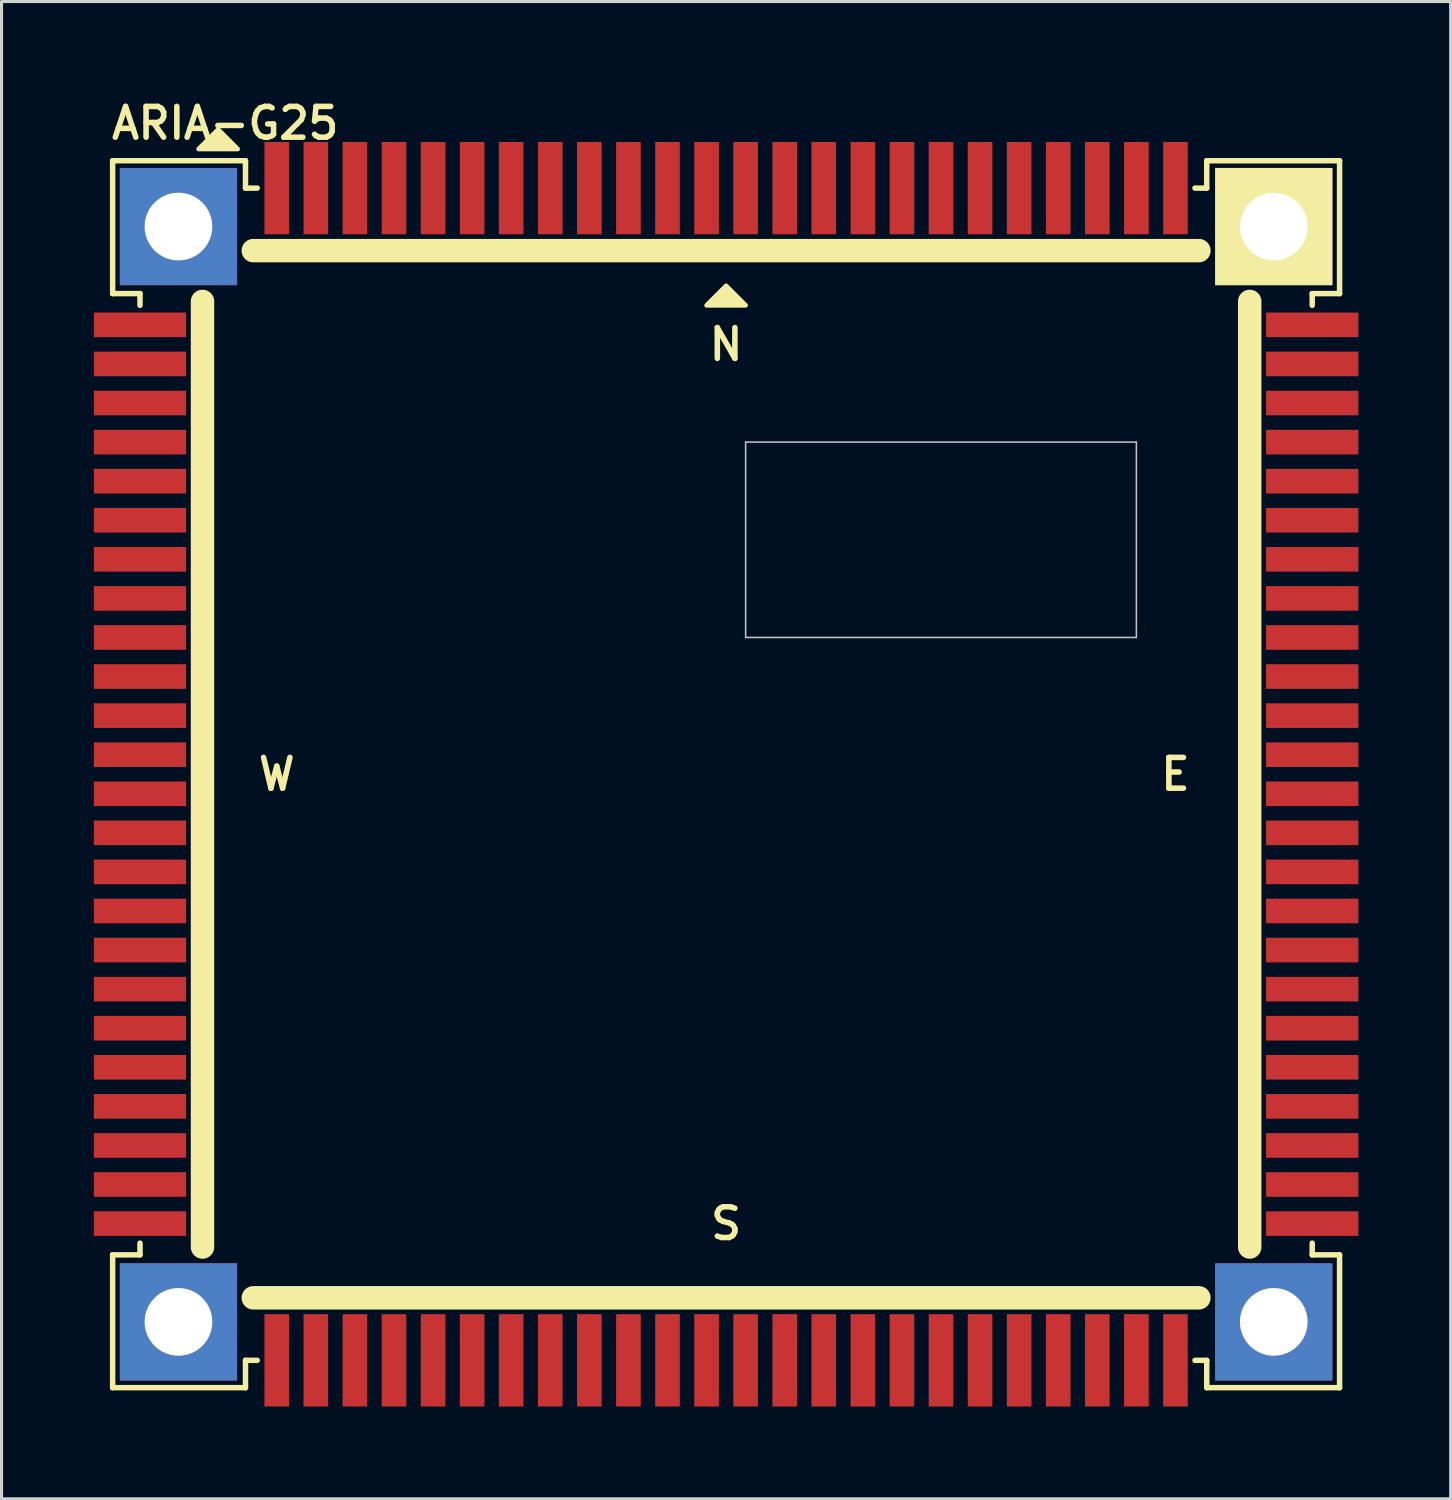
<source format=kicad_pcb>
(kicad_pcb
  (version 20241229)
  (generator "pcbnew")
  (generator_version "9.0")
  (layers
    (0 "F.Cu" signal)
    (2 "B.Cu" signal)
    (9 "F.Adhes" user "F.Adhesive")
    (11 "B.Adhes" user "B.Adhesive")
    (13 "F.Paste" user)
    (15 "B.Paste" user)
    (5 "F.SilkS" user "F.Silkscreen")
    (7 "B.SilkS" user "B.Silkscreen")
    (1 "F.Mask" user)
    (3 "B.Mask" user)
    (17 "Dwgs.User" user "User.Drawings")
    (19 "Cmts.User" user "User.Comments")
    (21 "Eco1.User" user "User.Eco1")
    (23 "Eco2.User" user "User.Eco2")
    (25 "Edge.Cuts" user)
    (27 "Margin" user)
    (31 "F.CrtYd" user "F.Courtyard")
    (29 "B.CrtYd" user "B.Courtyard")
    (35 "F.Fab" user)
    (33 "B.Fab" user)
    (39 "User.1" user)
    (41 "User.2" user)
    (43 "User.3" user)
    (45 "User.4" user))
  (footprint "ARIA-G25"
    (layer "F.Cu")
    (at 20.55 22.114)
    (property "Reference" "ARIA-G25" (at -20.066 -20.574 0) (layer "F.SilkS") (effects (font (size 1 1) (thickness 0.18)) (justify left bottom)))
    (attr through_hole)
    (fp_line (start -19.939 -19.939) (end -15.621 -19.939) (stroke (width 0.178) (type solid)) (layer "F.SilkS"))
    (fp_line (start -19.939 -15.621) (end -19.939 -19.939) (stroke (width 0.178) (type solid)) (layer "F.SilkS"))
    (fp_line (start -19.939 -15.621) (end -19.05 -15.621) (stroke (width 0.178) (type solid)) (layer "F.SilkS"))
    (fp_line (start -19.939 15.621) (end -19.05 15.621) (stroke (width 0.178) (type solid)) (layer "F.SilkS"))
    (fp_line (start -19.939 19.939) (end -19.939 15.621) (stroke (width 0.178) (type solid)) (layer "F.SilkS"))
    (fp_line (start -19.05 -15.621) (end -19.05 -15.24) (stroke (width 0.178) (type solid)) (layer "F.SilkS"))
    (fp_line (start -19.05 15.621) (end -19.05 15.24) (stroke (width 0.178) (type solid)) (layer "F.SilkS"))
    (fp_line (start -17.018 15.367) (end -17.018 -15.367) (stroke (width 0.762) (type solid)) (layer "F.SilkS"))
    (fp_line (start -15.621 -19.939) (end -15.621 -19.05) (stroke (width 0.178) (type solid)) (layer "F.SilkS"))
    (fp_line (start -15.621 -19.05) (end -15.24 -19.05) (stroke (width 0.178) (type solid)) (layer "F.SilkS"))
    (fp_line (start -15.621 19.05) (end -15.24 19.05) (stroke (width 0.178) (type solid)) (layer "F.SilkS"))
    (fp_line (start -15.621 19.939) (end -19.939 19.939) (stroke (width 0.178) (type solid)) (layer "F.SilkS"))
    (fp_line (start -15.621 19.939) (end -15.621 19.05) (stroke (width 0.178) (type solid)) (layer "F.SilkS"))
    (fp_line (start -15.367 -17.018) (end 15.367 -17.018) (stroke (width 0.762) (type solid)) (layer "F.SilkS"))
    (fp_line (start 15.367 17.018) (end -15.367 17.018) (stroke (width 0.762) (type solid)) (layer "F.SilkS"))
    (fp_line (start 15.621 -19.939) (end 15.621 -19.05) (stroke (width 0.178) (type solid)) (layer "F.SilkS"))
    (fp_line (start 15.621 -19.939) (end 19.939 -19.939) (stroke (width 0.178) (type solid)) (layer "F.SilkS"))
    (fp_line (start 15.621 -19.05) (end 15.24 -19.05) (stroke (width 0.178) (type solid)) (layer "F.SilkS"))
    (fp_line (start 15.621 19.05) (end 15.24 19.05) (stroke (width 0.178) (type solid)) (layer "F.SilkS"))
    (fp_line (start 15.621 19.939) (end 15.621 19.05) (stroke (width 0.178) (type solid)) (layer "F.SilkS"))
    (fp_line (start 17.018 -15.367) (end 17.018 15.367) (stroke (width 0.762) (type solid)) (layer "F.SilkS"))
    (fp_line (start 19.05 -15.621) (end 19.05 -15.24) (stroke (width 0.178) (type solid)) (layer "F.SilkS"))
    (fp_line (start 19.05 15.621) (end 19.05 15.24) (stroke (width 0.178) (type solid)) (layer "F.SilkS"))
    (fp_line (start 19.939 -19.939) (end 19.939 -15.621) (stroke (width 0.178) (type solid)) (layer "F.SilkS"))
    (fp_line (start 19.939 -15.621) (end 19.05 -15.621) (stroke (width 0.178) (type solid)) (layer "F.SilkS"))
    (fp_line (start 19.939 15.621) (end 19.05 15.621) (stroke (width 0.178) (type solid)) (layer "F.SilkS"))
    (fp_line (start 19.939 15.621) (end 19.939 19.939) (stroke (width 0.178) (type solid)) (layer "F.SilkS"))
    (fp_line (start 19.939 19.939) (end 15.621 19.939) (stroke (width 0.178) (type solid)) (layer "F.SilkS"))
    (fp_poly (pts (xy -17.145 -20.32) (xy -15.875 -20.32) (xy -16.51 -20.955)) (stroke (width 0.15) (type solid)) (fill yes) (layer "F.SilkS"))
    (fp_poly (pts (xy -0.635 -15.24) (xy 0.635 -15.24) (xy 0 -15.875)) (stroke (width 0.15) (type solid)) (fill yes) (layer "F.SilkS"))
    (fp_line (start 0.635 -10.795) (end 13.335 -10.795) (stroke (width 0.05) (type solid)) (layer "Dwgs.User"))
    (fp_line (start 0.635 -4.445) (end 0.635 -10.795) (stroke (width 0.05) (type solid)) (layer "Dwgs.User"))
    (fp_line (start 13.335 -10.795) (end 13.335 -4.445) (stroke (width 0.05) (type solid)) (layer "Dwgs.User"))
    (fp_line (start 13.335 -4.445) (end 0.635 -4.445) (stroke (width 0.05) (type solid)) (layer "Dwgs.User"))
    (fp_text user "S" (at 0 14.605 0) (layer "F.SilkS") (effects (font (size 1 1) (thickness 0.18))))
    (fp_text user "E" (at 14.605 0 0) (layer "F.SilkS") (effects (font (size 1 1) (thickness 0.18))))
    (fp_text user "N" (at 0 -13.97 0) (layer "F.SilkS") (effects (font (size 1 1) (thickness 0.18))))
    (fp_text user "W" (at -14.605 0 0) (layer "F.SilkS") (effects (font (size 1 1) (thickness 0.18))))
    (pad "E1" smd rect (at 19.05 -14.605) (size 3 0.8) (layers "F.Cu" "F.Mask" "F.Paste"))
    (pad "E2" smd rect (at 19.05 -13.335) (size 3 0.8) (layers "F.Cu" "F.Mask" "F.Paste"))
    (pad "E3" smd rect (at 19.05 -12.065) (size 3 0.8) (layers "F.Cu" "F.Mask" "F.Paste"))
    (pad "E4" smd rect (at 19.05 -10.795) (size 3 0.8) (layers "F.Cu" "F.Mask" "F.Paste"))
    (pad "E5" smd rect (at 19.05 -9.525) (size 3 0.8) (layers "F.Cu" "F.Mask" "F.Paste"))
    (pad "E6" smd rect (at 19.05 -8.255) (size 3 0.8) (layers "F.Cu" "F.Mask" "F.Paste"))
    (pad "E7" smd rect (at 19.05 -6.985) (size 3 0.8) (layers "F.Cu" "F.Mask" "F.Paste"))
    (pad "E8" smd rect (at 19.05 -5.715) (size 3 0.8) (layers "F.Cu" "F.Mask" "F.Paste"))
    (pad "E9" smd rect (at 19.05 -4.445) (size 3 0.8) (layers "F.Cu" "F.Mask" "F.Paste"))
    (pad "E10" smd rect (at 19.05 -3.175) (size 3 0.8) (layers "F.Cu" "F.Mask" "F.Paste"))
    (pad "E11" smd rect (at 19.05 -1.905) (size 3 0.8) (layers "F.Cu" "F.Mask" "F.Paste"))
    (pad "E12" smd rect (at 19.05 -0.635) (size 3 0.8) (layers "F.Cu" "F.Mask" "F.Paste"))
    (pad "E13" smd rect (at 19.05 0.635) (size 3 0.8) (layers "F.Cu" "F.Mask" "F.Paste"))
    (pad "E14" smd rect (at 19.05 1.905) (size 3 0.8) (layers "F.Cu" "F.Mask" "F.Paste"))
    (pad "E15" smd rect (at 19.05 3.175) (size 3 0.8) (layers "F.Cu" "F.Mask" "F.Paste"))
    (pad "E16" smd rect (at 19.05 4.445) (size 3 0.8) (layers "F.Cu" "F.Mask" "F.Paste"))
    (pad "E17" smd rect (at 19.05 5.715) (size 3 0.8) (layers "F.Cu" "F.Mask" "F.Paste"))
    (pad "E18" smd rect (at 19.05 6.985) (size 3 0.8) (layers "F.Cu" "F.Mask" "F.Paste"))
    (pad "E19" smd rect (at 19.05 8.255) (size 3 0.8) (layers "F.Cu" "F.Mask" "F.Paste"))
    (pad "E20" smd rect (at 19.05 9.525) (size 3 0.8) (layers "F.Cu" "F.Mask" "F.Paste"))
    (pad "E21" smd rect (at 19.05 10.795) (size 3 0.8) (layers "F.Cu" "F.Mask" "F.Paste"))
    (pad "E22" smd rect (at 19.05 12.065) (size 3 0.8) (layers "F.Cu" "F.Mask" "F.Paste"))
    (pad "E23" smd rect (at 19.05 13.335) (size 3 0.8) (layers "F.Cu" "F.Mask" "F.Paste"))
    (pad "E24" smd rect (at 19.05 14.605) (size 3 0.8) (layers "F.Cu" "F.Mask" "F.Paste"))
    (pad "GND" thru_hole rect (at -17.8 -17.8) (size 3.81 3.81) (drill 2.2) (layers "*.Cu" "*.Mask"))
    (pad "GND" thru_hole rect (at -17.8 17.8) (size 3.81 3.81) (drill 2.2) (layers "*.Cu" "*.Mask"))
    (pad "GND" thru_hole rect (at 17.8 -17.8) (size 3.81 3.81) (drill 2.2) (layers "*.Cu" "*.Mask" "F.SilkS"))
    (pad "GND" thru_hole rect (at 17.8 17.8) (size 3.81 3.81) (drill 2.2) (layers "*.Cu" "*.Mask"))
    (pad "N1" smd rect (at -14.605 -19.05 270) (size 3 0.8) (layers "F.Cu" "F.Mask" "F.Paste"))
    (pad "N2" smd rect (at -13.335 -19.05 270) (size 3 0.8) (layers "F.Cu" "F.Mask" "F.Paste"))
    (pad "N3" smd rect (at -12.065 -19.05 270) (size 3 0.8) (layers "F.Cu" "F.Mask" "F.Paste"))
    (pad "N4" smd rect (at -10.795 -19.05 270) (size 3 0.8) (layers "F.Cu" "F.Mask" "F.Paste"))
    (pad "N5" smd rect (at -9.525 -19.05 270) (size 3 0.8) (layers "F.Cu" "F.Mask" "F.Paste"))
    (pad "N6" smd rect (at -8.255 -19.05 270) (size 3 0.8) (layers "F.Cu" "F.Mask" "F.Paste"))
    (pad "N7" smd rect (at -6.985 -19.05 270) (size 3 0.8) (layers "F.Cu" "F.Mask" "F.Paste"))
    (pad "N8" smd rect (at -5.715 -19.05 270) (size 3 0.8) (layers "F.Cu" "F.Mask" "F.Paste"))
    (pad "N9" smd rect (at -4.445 -19.05 270) (size 3 0.8) (layers "F.Cu" "F.Mask" "F.Paste"))
    (pad "N10" smd rect (at -3.175 -19.05 270) (size 3 0.8) (layers "F.Cu" "F.Mask" "F.Paste"))
    (pad "N11" smd rect (at -1.905 -19.05 270) (size 3 0.8) (layers "F.Cu" "F.Mask" "F.Paste"))
    (pad "N12" smd rect (at -0.635 -19.05 270) (size 3 0.8) (layers "F.Cu" "F.Mask" "F.Paste"))
    (pad "N13" smd rect (at 0.635 -19.05 270) (size 3 0.8) (layers "F.Cu" "F.Mask" "F.Paste"))
    (pad "N14" smd rect (at 1.905 -19.05 270) (size 3 0.8) (layers "F.Cu" "F.Mask" "F.Paste"))
    (pad "N15" smd rect (at 3.175 -19.05 270) (size 3 0.8) (layers "F.Cu" "F.Mask" "F.Paste"))
    (pad "N16" smd rect (at 4.445 -19.05 270) (size 3 0.8) (layers "F.Cu" "F.Mask" "F.Paste"))
    (pad "N17" smd rect (at 5.715 -19.05 270) (size 3 0.8) (layers "F.Cu" "F.Mask" "F.Paste"))
    (pad "N18" smd rect (at 6.985 -19.05 270) (size 3 0.8) (layers "F.Cu" "F.Mask" "F.Paste"))
    (pad "N19" smd rect (at 8.255 -19.05 270) (size 3 0.8) (layers "F.Cu" "F.Mask" "F.Paste"))
    (pad "N20" smd rect (at 9.525 -19.05 270) (size 3 0.8) (layers "F.Cu" "F.Mask" "F.Paste"))
    (pad "N21" smd rect (at 10.795 -19.05 270) (size 3 0.8) (layers "F.Cu" "F.Mask" "F.Paste"))
    (pad "N22" smd rect (at 12.065 -19.05 270) (size 3 0.8) (layers "F.Cu" "F.Mask" "F.Paste"))
    (pad "N23" smd rect (at 13.335 -19.05 270) (size 3 0.8) (layers "F.Cu" "F.Mask" "F.Paste"))
    (pad "N24" smd rect (at 14.605 -19.05 270) (size 3 0.8) (layers "F.Cu" "F.Mask" "F.Paste"))
    (pad "S1" smd rect (at 14.605 19.05 270) (size 3 0.8) (layers "F.Cu" "F.Mask" "F.Paste"))
    (pad "S2" smd rect (at 13.335 19.05 270) (size 3 0.8) (layers "F.Cu" "F.Mask" "F.Paste"))
    (pad "S3" smd rect (at 12.065 19.05 270) (size 3 0.8) (layers "F.Cu" "F.Mask" "F.Paste"))
    (pad "S4" smd rect (at 10.795 19.05 270) (size 3 0.8) (layers "F.Cu" "F.Mask" "F.Paste"))
    (pad "S5" smd rect (at 9.525 19.05 270) (size 3 0.8) (layers "F.Cu" "F.Mask" "F.Paste"))
    (pad "S6" smd rect (at 8.255 19.05 270) (size 3 0.8) (layers "F.Cu" "F.Mask" "F.Paste"))
    (pad "S7" smd rect (at 6.985 19.05 270) (size 3 0.8) (layers "F.Cu" "F.Mask" "F.Paste"))
    (pad "S8" smd rect (at 5.715 19.05 270) (size 3 0.8) (layers "F.Cu" "F.Mask" "F.Paste"))
    (pad "S9" smd rect (at 4.445 19.05 270) (size 3 0.8) (layers "F.Cu" "F.Mask" "F.Paste"))
    (pad "S10" smd rect (at 3.175 19.05 270) (size 3 0.8) (layers "F.Cu" "F.Mask" "F.Paste"))
    (pad "S11" smd rect (at 1.905 19.05 270) (size 3 0.8) (layers "F.Cu" "F.Mask" "F.Paste"))
    (pad "S12" smd rect (at 0.635 19.05 270) (size 3 0.8) (layers "F.Cu" "F.Mask" "F.Paste"))
    (pad "S13" smd rect (at -0.635 19.05 270) (size 3 0.8) (layers "F.Cu" "F.Mask" "F.Paste"))
    (pad "S14" smd rect (at -1.905 19.05 270) (size 3 0.8) (layers "F.Cu" "F.Mask" "F.Paste"))
    (pad "S15" smd rect (at -3.175 19.05 270) (size 3 0.8) (layers "F.Cu" "F.Mask" "F.Paste"))
    (pad "S16" smd rect (at -4.445 19.05 270) (size 3 0.8) (layers "F.Cu" "F.Mask" "F.Paste"))
    (pad "S17" smd rect (at -5.715 19.05 270) (size 3 0.8) (layers "F.Cu" "F.Mask" "F.Paste"))
    (pad "S18" smd rect (at -6.985 19.05 270) (size 3 0.8) (layers "F.Cu" "F.Mask" "F.Paste"))
    (pad "S19" smd rect (at -8.255 19.05 270) (size 3 0.8) (layers "F.Cu" "F.Mask" "F.Paste"))
    (pad "S20" smd rect (at -9.525 19.05 270) (size 3 0.8) (layers "F.Cu" "F.Mask" "F.Paste"))
    (pad "S21" smd rect (at -10.795 19.05 270) (size 3 0.8) (layers "F.Cu" "F.Mask" "F.Paste"))
    (pad "S22" smd rect (at -12.065 19.05 270) (size 3 0.8) (layers "F.Cu" "F.Mask" "F.Paste"))
    (pad "S23" smd rect (at -13.335 19.05 270) (size 3 0.8) (layers "F.Cu" "F.Mask" "F.Paste"))
    (pad "S24" smd rect (at -14.605 19.05 270) (size 3 0.8) (layers "F.Cu" "F.Mask" "F.Paste"))
    (pad "W1" smd rect (at -19.05 14.605) (size 3 0.8) (layers "F.Cu" "F.Mask" "F.Paste"))
    (pad "W2" smd rect (at -19.05 13.335) (size 3 0.8) (layers "F.Cu" "F.Mask" "F.Paste"))
    (pad "W3" smd rect (at -19.05 12.065) (size 3 0.8) (layers "F.Cu" "F.Mask" "F.Paste"))
    (pad "W4" smd rect (at -19.05 10.795) (size 3 0.8) (layers "F.Cu" "F.Mask" "F.Paste"))
    (pad "W5" smd rect (at -19.05 9.525) (size 3 0.8) (layers "F.Cu" "F.Mask" "F.Paste"))
    (pad "W6" smd rect (at -19.05 8.255) (size 3 0.8) (layers "F.Cu" "F.Mask" "F.Paste"))
    (pad "W7" smd rect (at -19.05 6.985) (size 3 0.8) (layers "F.Cu" "F.Mask" "F.Paste"))
    (pad "W8" smd rect (at -19.05 5.715) (size 3 0.8) (layers "F.Cu" "F.Mask" "F.Paste"))
    (pad "W9" smd rect (at -19.05 4.445) (size 3 0.8) (layers "F.Cu" "F.Mask" "F.Paste"))
    (pad "W10" smd rect (at -19.05 3.175) (size 3 0.8) (layers "F.Cu" "F.Mask" "F.Paste"))
    (pad "W11" smd rect (at -19.05 1.905) (size 3 0.8) (layers "F.Cu" "F.Mask" "F.Paste"))
    (pad "W12" smd rect (at -19.05 0.635) (size 3 0.8) (layers "F.Cu" "F.Mask" "F.Paste"))
    (pad "W13" smd rect (at -19.05 -0.635) (size 3 0.8) (layers "F.Cu" "F.Mask" "F.Paste"))
    (pad "W14" smd rect (at -19.05 -1.905) (size 3 0.8) (layers "F.Cu" "F.Mask" "F.Paste"))
    (pad "W15" smd rect (at -19.05 -3.175) (size 3 0.8) (layers "F.Cu" "F.Mask" "F.Paste"))
    (pad "W16" smd rect (at -19.05 -4.445) (size 3 0.8) (layers "F.Cu" "F.Mask" "F.Paste"))
    (pad "W17" smd rect (at -19.05 -5.715) (size 3 0.8) (layers "F.Cu" "F.Mask" "F.Paste"))
    (pad "W18" smd rect (at -19.05 -6.985) (size 3 0.8) (layers "F.Cu" "F.Mask" "F.Paste"))
    (pad "W19" smd rect (at -19.05 -8.255) (size 3 0.8) (layers "F.Cu" "F.Mask" "F.Paste"))
    (pad "W20" smd rect (at -19.05 -9.525) (size 3 0.8) (layers "F.Cu" "F.Mask" "F.Paste"))
    (pad "W21" smd rect (at -19.05 -10.795) (size 3 0.8) (layers "F.Cu" "F.Mask" "F.Paste"))
    (pad "W22" smd rect (at -19.05 -12.065) (size 3 0.8) (layers "F.Cu" "F.Mask" "F.Paste"))
    (pad "W23" smd rect (at -19.05 -13.335) (size 3 0.8) (layers "F.Cu" "F.Mask" "F.Paste"))
    (pad "W24" smd rect (at -19.05 -14.605) (size 3 0.8) (layers "F.Cu" "F.Mask" "F.Paste")))
  (gr_rect
    (start -3 -3)
    (end 44.1 45.664)
    (stroke (width 0.1) (type default))
    (fill no)
    (layer "Edge.Cuts")))
</source>
